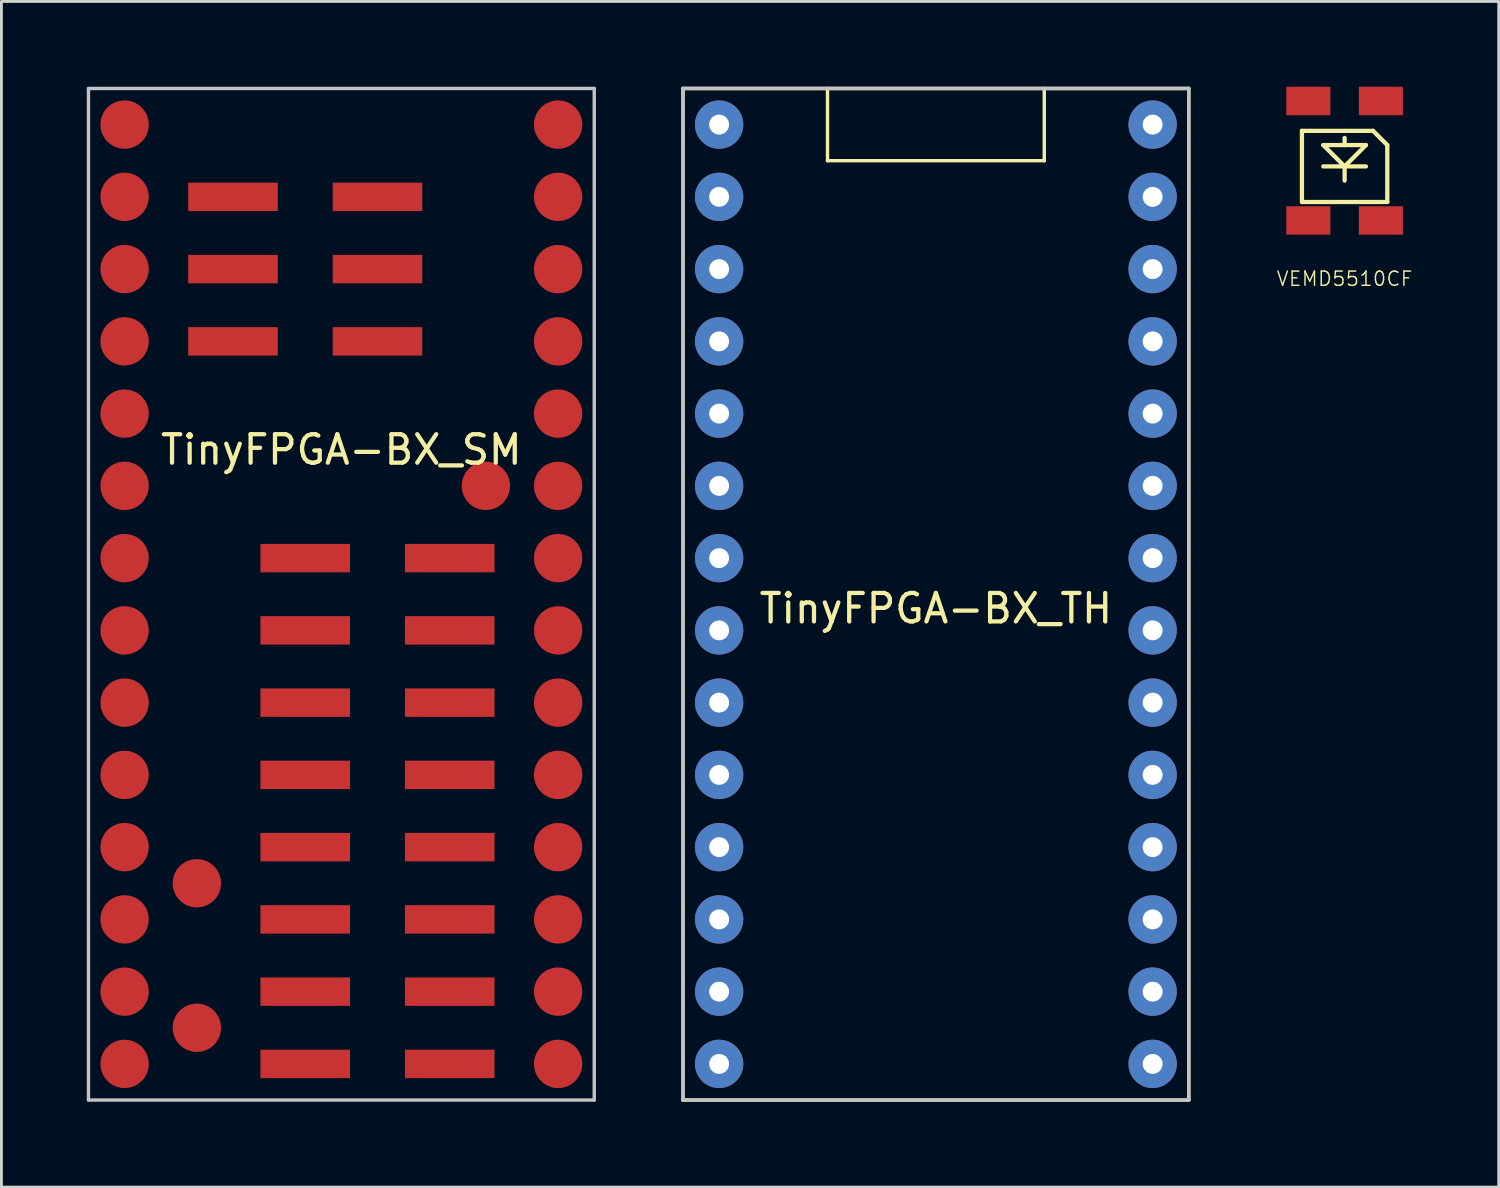
<source format=kicad_pcb>
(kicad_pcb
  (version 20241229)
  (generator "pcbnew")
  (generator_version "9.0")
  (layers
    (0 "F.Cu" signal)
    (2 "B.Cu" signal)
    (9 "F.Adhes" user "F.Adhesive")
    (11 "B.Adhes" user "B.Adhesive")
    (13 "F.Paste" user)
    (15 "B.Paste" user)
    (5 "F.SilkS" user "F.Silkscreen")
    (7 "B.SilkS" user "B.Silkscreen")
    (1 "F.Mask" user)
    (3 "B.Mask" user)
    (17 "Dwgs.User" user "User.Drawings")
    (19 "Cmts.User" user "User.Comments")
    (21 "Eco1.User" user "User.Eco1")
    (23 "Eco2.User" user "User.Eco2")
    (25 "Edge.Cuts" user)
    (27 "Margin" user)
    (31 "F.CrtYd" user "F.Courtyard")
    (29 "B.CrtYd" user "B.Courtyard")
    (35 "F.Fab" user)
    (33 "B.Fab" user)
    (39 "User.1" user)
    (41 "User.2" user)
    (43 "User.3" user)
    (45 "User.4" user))
  (footprint "TinyFPGA-BX_SM"
    (layer "F.Cu")
    (at 8.95 17.84)
    (property "Reference" "TinyFPGA-BX_SM" (at 0 -5.08 0) (layer "F.SilkS") (effects (font (size 1 1) (thickness 0.15))))
    (attr through_hole)
    (fp_line (start -8.89 -17.78) (end 8.89 -17.78) (stroke (width 0.12) (type solid)) (layer "Dwgs.User"))
    (fp_line (start -8.89 17.78) (end -8.89 -17.78) (stroke (width 0.12) (type solid)) (layer "Dwgs.User"))
    (fp_line (start 8.89 -17.78) (end 8.89 17.78) (stroke (width 0.12) (type solid)) (layer "Dwgs.User"))
    (fp_line (start 8.89 17.78) (end -8.89 17.78) (stroke (width 0.12) (type solid)) (layer "Dwgs.User"))
    (pad "1" smd circle (at -7.62 -13.97) (size 1.7 1.7) (layers "F.Cu" "F.Mask" "F.Paste"))
    (pad "1.2v" smd circle (at 5.08 -3.81) (size 1.7 1.7) (layers "F.Cu" "F.Mask" "F.Paste"))
    (pad "2" smd circle (at -7.62 -11.43) (size 1.7 1.7) (layers "F.Cu" "F.Mask" "F.Paste"))
    (pad "3" smd circle (at -7.62 -8.89) (size 1.7 1.7) (layers "F.Cu" "F.Mask" "F.Paste"))
    (pad "3.3v" smd rect (at 3.81 1.27) (size 3.15 1) (layers "F.Cu" "F.Mask" "F.Paste"))
    (pad "3.3v" smd circle (at 7.62 -11.43) (size 1.7 1.7) (layers "F.Cu" "F.Mask" "F.Paste"))
    (pad "4" smd circle (at -7.62 -6.35) (size 1.7 1.7) (layers "F.Cu" "F.Mask" "F.Paste"))
    (pad "5" smd circle (at -7.62 -3.81) (size 1.7 1.7) (layers "F.Cu" "F.Mask" "F.Paste"))
    (pad "6" smd circle (at -7.62 -1.27) (size 1.7 1.7) (layers "F.Cu" "F.Mask" "F.Paste"))
    (pad "7" smd circle (at -7.62 1.27) (size 1.7 1.7) (layers "F.Cu" "F.Mask" "F.Paste"))
    (pad "8" smd circle (at -7.62 3.81) (size 1.7 1.7) (layers "F.Cu" "F.Mask" "F.Paste"))
    (pad "9" smd circle (at -7.62 6.35) (size 1.7 1.7) (layers "F.Cu" "F.Mask" "F.Paste"))
    (pad "10" smd circle (at -7.62 8.89) (size 1.7 1.7) (layers "F.Cu" "F.Mask" "F.Paste"))
    (pad "11" smd circle (at -7.62 11.43) (size 1.7 1.7) (layers "F.Cu" "F.Mask" "F.Paste"))
    (pad "12" smd circle (at -7.62 13.97) (size 1.7 1.7) (layers "F.Cu" "F.Mask" "F.Paste"))
    (pad "13" smd circle (at -7.62 16.51) (size 1.7 1.7) (layers "F.Cu" "F.Mask" "F.Paste"))
    (pad "14" smd circle (at 7.62 16.51) (size 1.7 1.7) (layers "F.Cu" "F.Mask" "F.Paste"))
    (pad "15" smd circle (at 7.62 13.97) (size 1.7 1.7) (layers "F.Cu" "F.Mask" "F.Paste"))
    (pad "16" smd circle (at 7.62 11.43) (size 1.7 1.7) (layers "F.Cu" "F.Mask" "F.Paste"))
    (pad "17" smd circle (at 7.62 8.89) (size 1.7 1.7) (layers "F.Cu" "F.Mask" "F.Paste"))
    (pad "18" smd circle (at 7.62 6.35) (size 1.7 1.7) (layers "F.Cu" "F.Mask" "F.Paste"))
    (pad "19" smd circle (at 7.62 3.81) (size 1.7 1.7) (layers "F.Cu" "F.Mask" "F.Paste"))
    (pad "20" smd circle (at 7.62 1.27) (size 1.7 1.7) (layers "F.Cu" "F.Mask" "F.Paste"))
    (pad "21" smd circle (at 7.62 -1.27) (size 1.7 1.7) (layers "F.Cu" "F.Mask" "F.Paste"))
    (pad "22" smd circle (at 7.62 -3.81) (size 1.7 1.7) (layers "F.Cu" "F.Mask" "F.Paste"))
    (pad "23" smd circle (at 7.62 -6.35) (size 1.7 1.7) (layers "F.Cu" "F.Mask" "F.Paste"))
    (pad "24" smd circle (at 7.62 -8.89) (size 1.7 1.7) (layers "F.Cu" "F.Mask" "F.Paste"))
    (pad "25" smd rect (at -1.27 -1.27) (size 3.15 1) (layers "F.Cu" "F.Mask" "F.Paste"))
    (pad "26" smd rect (at -1.27 3.81) (size 3.15 1) (layers "F.Cu" "F.Mask" "F.Paste"))
    (pad "27" smd rect (at -1.27 6.35) (size 3.15 1) (layers "F.Cu" "F.Mask" "F.Paste"))
    (pad "28" smd rect (at 3.81 6.35) (size 3.15 1) (layers "F.Cu" "F.Mask" "F.Paste"))
    (pad "29" smd rect (at 3.81 3.81) (size 3.15 1) (layers "F.Cu" "F.Mask" "F.Paste"))
    (pad "30" smd rect (at 3.81 -1.27) (size 3.15 1) (layers "F.Cu" "F.Mask" "F.Paste"))
    (pad "31" smd rect (at 1.27 -8.89) (size 3.15 1) (layers "F.Cu" "F.Mask" "F.Paste"))
    (pad "GND" smd circle (at -7.62 -16.51) (size 1.7 1.7) (layers "F.Cu" "F.Mask" "F.Paste"))
    (pad "GND" smd rect (at -1.27 1.27) (size 3.15 1) (layers "F.Cu" "F.Mask" "F.Paste"))
    (pad "GND" smd rect (at -1.27 16.51) (size 3.15 1) (layers "F.Cu" "F.Mask" "F.Paste"))
    (pad "GND" smd rect (at 3.81 16.51) (size 3.15 1) (layers "F.Cu" "F.Mask" "F.Paste"))
    (pad "GND" smd circle (at 7.62 -13.97) (size 1.7 1.7) (layers "F.Cu" "F.Mask" "F.Paste"))
    (pad "LED" smd rect (at -3.81 -11.43) (size 3.15 1) (layers "F.Cu" "F.Mask" "F.Paste"))
    (pad "Vin" smd circle (at 7.62 -16.51) (size 1.7 1.7) (layers "F.Cu" "F.Mask" "F.Paste"))
    (pad "clk" smd rect (at -3.81 -8.89) (size 3.15 1) (layers "F.Cu" "F.Mask" "F.Paste"))
    (pad "rst" smd circle (at -5.08 10.16) (size 1.7 1.7) (layers "F.Cu" "F.Mask" "F.Paste"))
    (pad "spi_io0" smd rect (at 3.81 13.97) (size 3.15 1) (layers "F.Cu" "F.Mask" "F.Paste"))
    (pad "spi_io1" smd rect (at -1.27 11.43) (size 3.15 1) (layers "F.Cu" "F.Mask" "F.Paste"))
    (pad "spi_io2" smd rect (at -1.27 8.89) (size 3.15 1) (layers "F.Cu" "F.Mask" "F.Paste"))
    (pad "spi_io3" smd rect (at 3.81 8.89) (size 3.15 1) (layers "F.Cu" "F.Mask" "F.Paste"))
    (pad "spi_sck" smd rect (at 3.81 11.43) (size 3.15 1) (layers "F.Cu" "F.Mask" "F.Paste"))
    (pad "spi_ss" smd rect (at -1.27 13.97) (size 3.15 1) (layers "F.Cu" "F.Mask" "F.Paste"))
    (pad "usb_n" smd rect (at 1.27 -13.97) (size 3.15 1) (layers "F.Cu" "F.Mask" "F.Paste"))
    (pad "usb_p" smd rect (at -3.81 -13.97) (size 3.15 1) (layers "F.Cu" "F.Mask" "F.Paste"))
    (pad "usb_pu" smd rect (at 1.27 -11.43) (size 3.15 1) (layers "F.Cu" "F.Mask" "F.Paste"))
    (pad "wp" smd circle (at -5.08 15.24) (size 1.7 1.7) (layers "F.Cu" "F.Mask" "F.Paste")))
  (footprint "TinyFPGA-BX_TH"
    (layer "F.Cu")
    (at 29.85 17.84)
    (property "Reference" "TinyFPGA-BX_TH" (at 0 0.5 180) (layer "F.SilkS") (effects (font (size 1 1) (thickness 0.15))))
    (attr through_hole)
    (fp_line (start -8.89 -17.78) (end 8.89 -17.78) (stroke (width 0.12) (type solid)) (layer "F.SilkS"))
    (fp_line (start -8.89 17.78) (end -8.89 -17.78) (stroke (width 0.12) (type solid)) (layer "F.SilkS"))
    (fp_line (start -3.81 -17.78) (end -3.81 -15.24) (stroke (width 0.12) (type solid)) (layer "F.SilkS"))
    (fp_line (start -3.81 -15.24) (end 3.81 -15.24) (stroke (width 0.12) (type solid)) (layer "F.SilkS"))
    (fp_line (start 3.81 -15.24) (end 3.81 -17.78) (stroke (width 0.12) (type solid)) (layer "F.SilkS"))
    (fp_line (start 8.89 -17.78) (end 8.89 17.78) (stroke (width 0.12) (type solid)) (layer "F.SilkS"))
    (fp_line (start 8.89 17.78) (end -8.89 17.78) (stroke (width 0.12) (type solid)) (layer "F.SilkS"))
    (fp_line (start -8.89 -17.78) (end 8.89 -17.78) (stroke (width 0.12) (type solid)) (layer "Dwgs.User"))
    (fp_line (start -8.89 17.78) (end -8.89 -17.78) (stroke (width 0.12) (type solid)) (layer "Dwgs.User"))
    (fp_line (start 8.89 -17.78) (end 8.89 17.78) (stroke (width 0.12) (type solid)) (layer "Dwgs.User"))
    (fp_line (start 8.89 17.78) (end -8.89 17.78) (stroke (width 0.12) (type solid)) (layer "Dwgs.User"))
    (pad "0" thru_hole circle (at -7.62 -16.51) (size 1.7 1.7) (drill 0.7) (layers "*.Cu" "*.Mask"))
    (pad "1" thru_hole circle (at -7.62 -13.97) (size 1.7 1.7) (drill 0.7) (layers "*.Cu" "*.Mask"))
    (pad "2" thru_hole circle (at -7.62 -11.43) (size 1.7 1.7) (drill 0.7) (layers "*.Cu" "*.Mask"))
    (pad "3" thru_hole circle (at -7.62 -8.89) (size 1.7 1.7) (drill 0.7) (layers "*.Cu" "*.Mask"))
    (pad "4" thru_hole circle (at -7.62 -6.35) (size 1.7 1.7) (drill 0.7) (layers "*.Cu" "*.Mask"))
    (pad "5" thru_hole circle (at -7.62 -3.81) (size 1.7 1.7) (drill 0.7) (layers "*.Cu" "*.Mask"))
    (pad "6" thru_hole circle (at -7.62 -1.27) (size 1.7 1.7) (drill 0.7) (layers "*.Cu" "*.Mask"))
    (pad "7" thru_hole circle (at -7.62 1.27) (size 1.7 1.7) (drill 0.7) (layers "*.Cu" "*.Mask"))
    (pad "8" thru_hole circle (at -7.62 3.81) (size 1.7 1.7) (drill 0.7) (layers "*.Cu" "*.Mask"))
    (pad "9" thru_hole circle (at -7.62 6.35) (size 1.7 1.7) (drill 0.7) (layers "*.Cu" "*.Mask"))
    (pad "10" thru_hole circle (at -7.62 8.89) (size 1.7 1.7) (drill 0.7) (layers "*.Cu" "*.Mask"))
    (pad "11" thru_hole circle (at -7.62 11.43) (size 1.7 1.7) (drill 0.7) (layers "*.Cu" "*.Mask"))
    (pad "12" thru_hole circle (at -7.62 13.97) (size 1.7 1.7) (drill 0.7) (layers "*.Cu" "*.Mask"))
    (pad "13" thru_hole circle (at -7.62 16.51) (size 1.7 1.7) (drill 0.7) (layers "*.Cu" "*.Mask"))
    (pad "14" thru_hole circle (at 7.62 16.51) (size 1.7 1.7) (drill 0.7) (layers "*.Cu" "*.Mask"))
    (pad "15" thru_hole circle (at 7.62 13.97) (size 1.7 1.7) (drill 0.7) (layers "*.Cu" "*.Mask"))
    (pad "16" thru_hole circle (at 7.62 11.43) (size 1.7 1.7) (drill 0.7) (layers "*.Cu" "*.Mask"))
    (pad "17" thru_hole circle (at 7.62 8.89) (size 1.7 1.7) (drill 0.7) (layers "*.Cu" "*.Mask"))
    (pad "18" thru_hole circle (at 7.62 6.35) (size 1.7 1.7) (drill 0.7) (layers "*.Cu" "*.Mask"))
    (pad "19" thru_hole circle (at 7.62 3.81) (size 1.7 1.7) (drill 0.7) (layers "*.Cu" "*.Mask"))
    (pad "20" thru_hole circle (at 7.62 1.27) (size 1.7 1.7) (drill 0.7) (layers "*.Cu" "*.Mask"))
    (pad "21" thru_hole circle (at 7.62 -1.27) (size 1.7 1.7) (drill 0.7) (layers "*.Cu" "*.Mask"))
    (pad "22" thru_hole circle (at 7.62 -3.81) (size 1.7 1.7) (drill 0.7) (layers "*.Cu" "*.Mask"))
    (pad "23" thru_hole circle (at 7.62 -6.35) (size 1.7 1.7) (drill 0.7) (layers "*.Cu" "*.Mask"))
    (pad "24" thru_hole circle (at 7.62 -8.89) (size 1.7 1.7) (drill 0.7) (layers "*.Cu" "*.Mask"))
    (pad "25" thru_hole circle (at 7.62 -11.43) (size 1.7 1.7) (drill 0.7) (layers "*.Cu" "*.Mask"))
    (pad "26" thru_hole circle (at 7.62 -13.97) (size 1.7 1.7) (drill 0.7) (layers "*.Cu" "*.Mask"))
    (pad "27" thru_hole circle (at 7.62 -16.51) (size 1.7 1.7) (drill 0.7) (layers "*.Cu" "*.Mask")))
  (footprint "VEMD5510CF"
    (layer "F.Cu")
    (at 44.218 3)
    (property "Reference" "VEMD5510CF" (at 0 3.75 0) (layer "F.SilkS") (effects (font (size 0.5 0.5) (thickness 0.05))))
    (attr through_hole)
    (fp_line (start -1.5 -1.45) (end 1 -1.45) (stroke (width 0.15) (type solid)) (layer "F.SilkS"))
    (fp_line (start -1.5 1.05) (end -1.5 -1.45) (stroke (width 0.15) (type solid)) (layer "F.SilkS"))
    (fp_line (start -0.75 -0.95) (end 0.75 -0.95) (stroke (width 0.15) (type solid)) (layer "F.SilkS"))
    (fp_line (start -0.75 -0.2) (end 0.75 -0.2) (stroke (width 0.15) (type solid)) (layer "F.SilkS"))
    (fp_line (start 0 -0.95) (end 0 -1.2) (stroke (width 0.15) (type solid)) (layer "F.SilkS"))
    (fp_line (start 0 -0.2) (end -0.75 -0.95) (stroke (width 0.15) (type solid)) (layer "F.SilkS"))
    (fp_line (start 0 -0.2) (end 0 0.3) (stroke (width 0.15) (type solid)) (layer "F.SilkS"))
    (fp_line (start 0.75 -0.95) (end 0 -0.2) (stroke (width 0.15) (type solid)) (layer "F.SilkS"))
    (fp_line (start 1 -1.45) (end 1.5 -0.95) (stroke (width 0.15) (type solid)) (layer "F.SilkS"))
    (fp_line (start 1.5 -0.95) (end 1.5 1.05) (stroke (width 0.15) (type solid)) (layer "F.SilkS"))
    (fp_line (start 1.5 1.05) (end -1.5 1.05) (stroke (width 0.15) (type solid)) (layer "F.SilkS"))
    (pad "1" smd rect (at -1.275 -2.5) (size 1.55 1) (layers "F.Cu" "F.Mask" "F.Paste"))
    (pad "1" smd rect (at 1.275 -2.5) (size 1.55 1) (layers "F.Cu" "F.Mask" "F.Paste"))
    (pad "2" smd rect (at -1.275 1.7) (size 1.55 1) (layers "F.Cu" "F.Mask" "F.Paste"))
    (pad "2" smd rect (at 1.275 1.7) (size 1.55 1) (layers "F.Cu" "F.Mask" "F.Paste")))
  (gr_rect
    (start -3 -3)
    (end 49.636 38.68)
    (stroke (width 0.1) (type default))
    (fill no)
    (layer "Edge.Cuts")))
</source>
